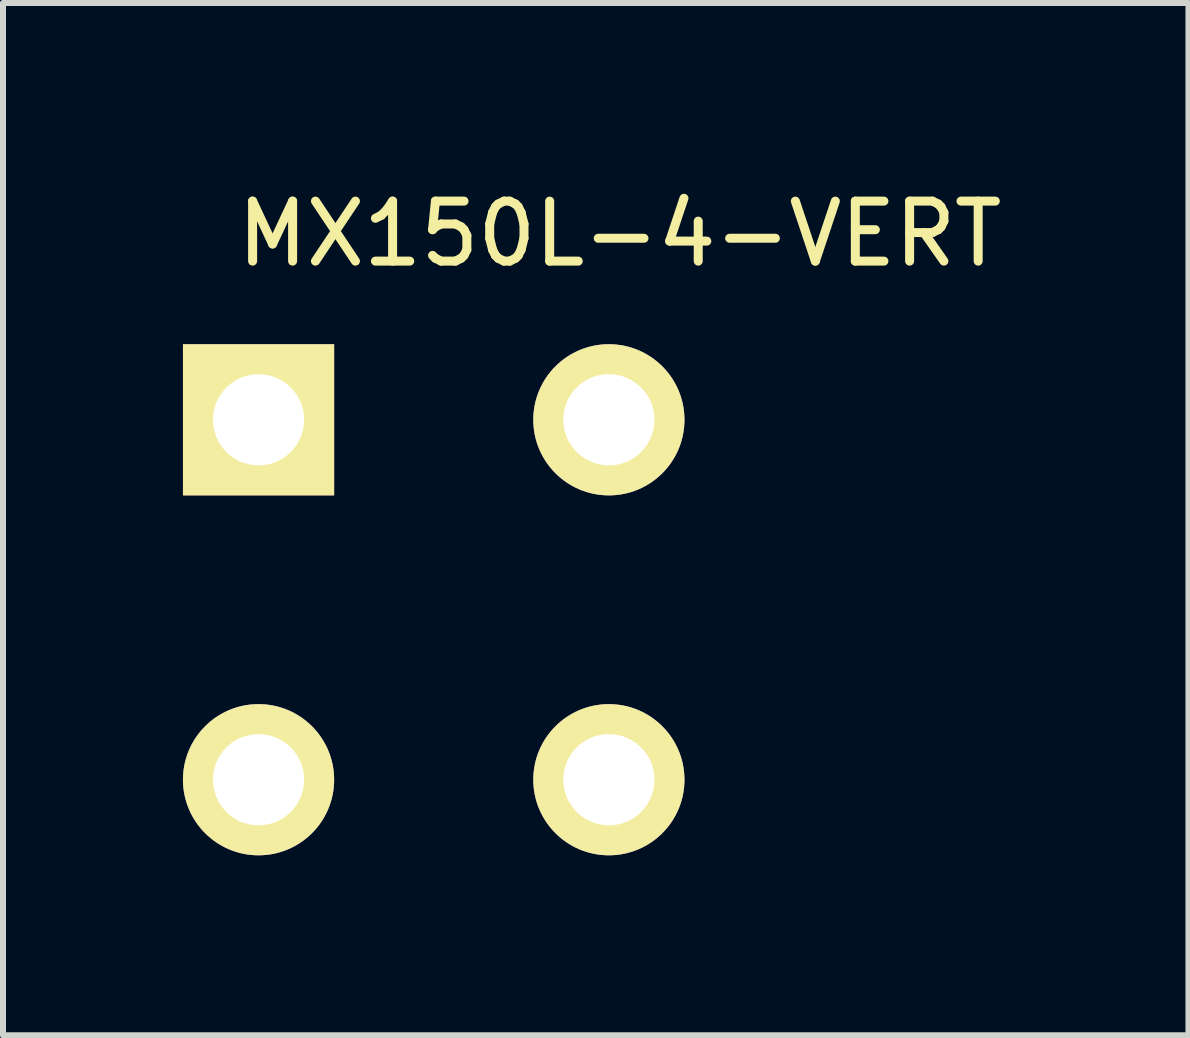
<source format=kicad_pcb>
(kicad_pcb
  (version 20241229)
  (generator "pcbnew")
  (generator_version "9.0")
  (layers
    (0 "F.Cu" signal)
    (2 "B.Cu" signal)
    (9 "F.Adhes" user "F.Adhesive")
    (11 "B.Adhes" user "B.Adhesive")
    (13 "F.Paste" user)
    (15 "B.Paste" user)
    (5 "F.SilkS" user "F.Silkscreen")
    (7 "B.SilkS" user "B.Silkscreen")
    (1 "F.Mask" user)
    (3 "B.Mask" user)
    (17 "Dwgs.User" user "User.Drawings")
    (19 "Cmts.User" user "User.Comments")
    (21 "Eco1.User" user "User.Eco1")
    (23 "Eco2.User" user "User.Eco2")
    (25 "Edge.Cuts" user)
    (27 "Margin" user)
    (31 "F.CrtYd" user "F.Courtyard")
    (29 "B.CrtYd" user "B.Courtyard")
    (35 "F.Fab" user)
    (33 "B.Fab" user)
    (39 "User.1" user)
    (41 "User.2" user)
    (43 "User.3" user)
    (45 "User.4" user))
  (footprint "MX150L-4-VERT"
    (layer "F.Cu")
    (at 4.18 6.948)
    (property "Reference" "MX150L-4-VERT" (at 3.1 -6.1 0) (layer "F.SilkS") (effects (font (size 1 1) (thickness 0.15))))
    (attr through_hole)
    (pad "1" thru_hole rect (at -2.92 -3) (size 2.52 2.52) (drill 1.52) (layers "*.Cu" "*.Mask" "F.SilkS"))
    (pad "2" thru_hole circle (at 2.92 -3) (size 2.52 2.52) (drill 1.52) (layers "*.Cu" "*.Mask" "F.SilkS"))
    (pad "3" thru_hole circle (at -2.92 3) (size 2.52 2.52) (drill 1.52) (layers "*.Cu" "*.Mask" "F.SilkS"))
    (pad "4" thru_hole circle (at 2.92 3) (size 2.52 2.52) (drill 1.52) (layers "*.Cu" "*.Mask" "F.SilkS")))
  (gr_rect
    (start -3 -3)
    (end 16.762 14.208)
    (stroke (width 0.1) (type default))
    (fill no)
    (layer "Edge.Cuts")))
</source>
